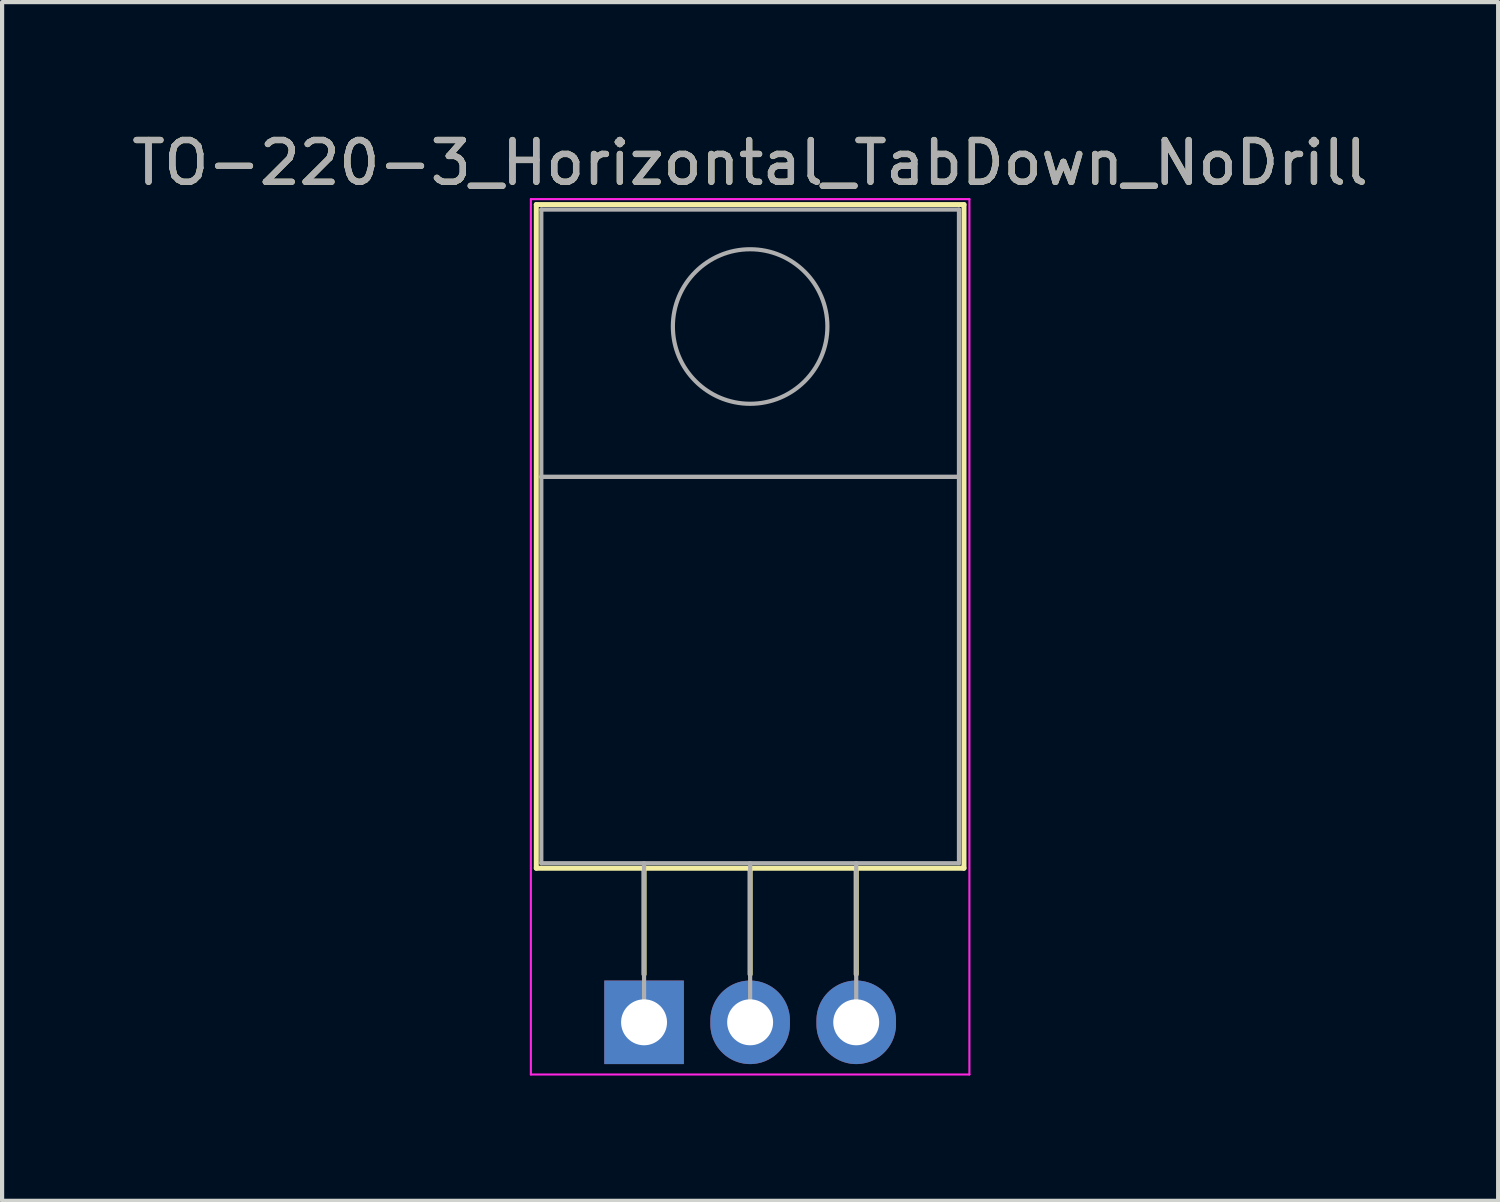
<source format=kicad_pcb>
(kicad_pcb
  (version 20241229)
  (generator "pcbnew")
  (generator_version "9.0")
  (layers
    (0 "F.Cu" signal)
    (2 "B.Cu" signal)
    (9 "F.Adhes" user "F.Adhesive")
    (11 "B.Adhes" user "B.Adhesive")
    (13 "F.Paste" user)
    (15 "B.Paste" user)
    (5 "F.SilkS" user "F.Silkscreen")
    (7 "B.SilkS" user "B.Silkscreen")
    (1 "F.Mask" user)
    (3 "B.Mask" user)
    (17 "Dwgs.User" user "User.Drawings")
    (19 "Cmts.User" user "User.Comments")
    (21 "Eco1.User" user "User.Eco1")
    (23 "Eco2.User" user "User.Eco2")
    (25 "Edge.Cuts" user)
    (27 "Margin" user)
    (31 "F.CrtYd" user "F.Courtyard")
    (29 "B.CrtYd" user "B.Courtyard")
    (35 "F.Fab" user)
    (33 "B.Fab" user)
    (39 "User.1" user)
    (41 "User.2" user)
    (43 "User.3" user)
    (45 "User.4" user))
  (footprint "TO-220-3_Horizontal_TabDown_NoDrill"
    (layer "F.Cu")
    (at 12.371 21.428)
    (property "Reference" "TO-220-3_Horizontal_TabDown_NoDrill" (at 2.54 -20.58 180) (layer "F.SilkS") (effects (font (size 1 1) (thickness 0.15))))
    (attr through_hole)
    (fp_line (start -2.58 -19.58) (end -2.58 -3.69) (stroke (width 0.12) (type solid)) (layer "F.SilkS"))
    (fp_line (start -2.58 -19.58) (end 7.66 -19.58) (stroke (width 0.12) (type solid)) (layer "F.SilkS"))
    (fp_line (start -2.58 -3.69) (end 7.66 -3.69) (stroke (width 0.12) (type solid)) (layer "F.SilkS"))
    (fp_line (start 0 -3.69) (end 0 -1.15) (stroke (width 0.12) (type solid)) (layer "F.SilkS"))
    (fp_line (start 2.54 -3.69) (end 2.54 -1.15) (stroke (width 0.12) (type solid)) (layer "F.SilkS"))
    (fp_line (start 5.08 -3.69) (end 5.08 -1.15) (stroke (width 0.12) (type solid)) (layer "F.SilkS"))
    (fp_line (start 7.66 -19.58) (end 7.66 -3.69) (stroke (width 0.12) (type solid)) (layer "F.SilkS"))
    (fp_line (start -2.71 -19.71) (end -2.71 1.25) (stroke (width 0.05) (type solid)) (layer "F.CrtYd"))
    (fp_line (start -2.71 1.25) (end 7.79 1.25) (stroke (width 0.05) (type solid)) (layer "F.CrtYd"))
    (fp_line (start 7.79 -19.71) (end -2.71 -19.71) (stroke (width 0.05) (type solid)) (layer "F.CrtYd"))
    (fp_line (start 7.79 1.25) (end 7.79 -19.71) (stroke (width 0.05) (type solid)) (layer "F.CrtYd"))
    (fp_line (start -2.46 -19.46) (end 7.54 -19.46) (stroke (width 0.1) (type solid)) (layer "F.Fab"))
    (fp_line (start -2.46 -13.06) (end -2.46 -19.46) (stroke (width 0.1) (type solid)) (layer "F.Fab"))
    (fp_line (start -2.46 -13.06) (end 7.54 -13.06) (stroke (width 0.1) (type solid)) (layer "F.Fab"))
    (fp_line (start -2.46 -3.81) (end -2.46 -13.06) (stroke (width 0.1) (type solid)) (layer "F.Fab"))
    (fp_line (start 0 -3.81) (end 0 0) (stroke (width 0.1) (type solid)) (layer "F.Fab"))
    (fp_line (start 2.54 -3.81) (end 2.54 0) (stroke (width 0.1) (type solid)) (layer "F.Fab"))
    (fp_line (start 5.08 -3.81) (end 5.08 0) (stroke (width 0.1) (type solid)) (layer "F.Fab"))
    (fp_line (start 7.54 -19.46) (end 7.54 -13.06) (stroke (width 0.1) (type solid)) (layer "F.Fab"))
    (fp_line (start 7.54 -13.06) (end -2.46 -13.06) (stroke (width 0.1) (type solid)) (layer "F.Fab"))
    (fp_line (start 7.54 -13.06) (end 7.54 -3.81) (stroke (width 0.1) (type solid)) (layer "F.Fab"))
    (fp_line (start 7.54 -3.81) (end -2.46 -3.81) (stroke (width 0.1) (type solid)) (layer "F.Fab"))
    (fp_circle (center 2.54 -16.66) (end 4.39 -16.66) (stroke (width 0.1) (type solid)) (fill no) (layer "F.Fab"))
    (fp_text user "${REFERENCE}" (at 2.54 -20.58 180) (layer "F.Fab") (effects (font (size 1 1) (thickness 0.15))))
    (pad "1" thru_hole rect (at 0 0) (size 1.905 2) (drill 1.1) (layers "*.Cu" "*.Mask"))
    (pad "2" thru_hole oval (at 2.54 0) (size 1.905 2) (drill 1.1) (layers "*.Cu" "*.Mask"))
    (pad "3" thru_hole oval (at 5.08 0) (size 1.905 2) (drill 1.1) (layers "*.Cu" "*.Mask")))
  (gr_rect
    (start -3 -3)
    (end 32.821 25.703)
    (stroke (width 0.1) (type default))
    (fill no)
    (layer "Edge.Cuts")))
</source>
